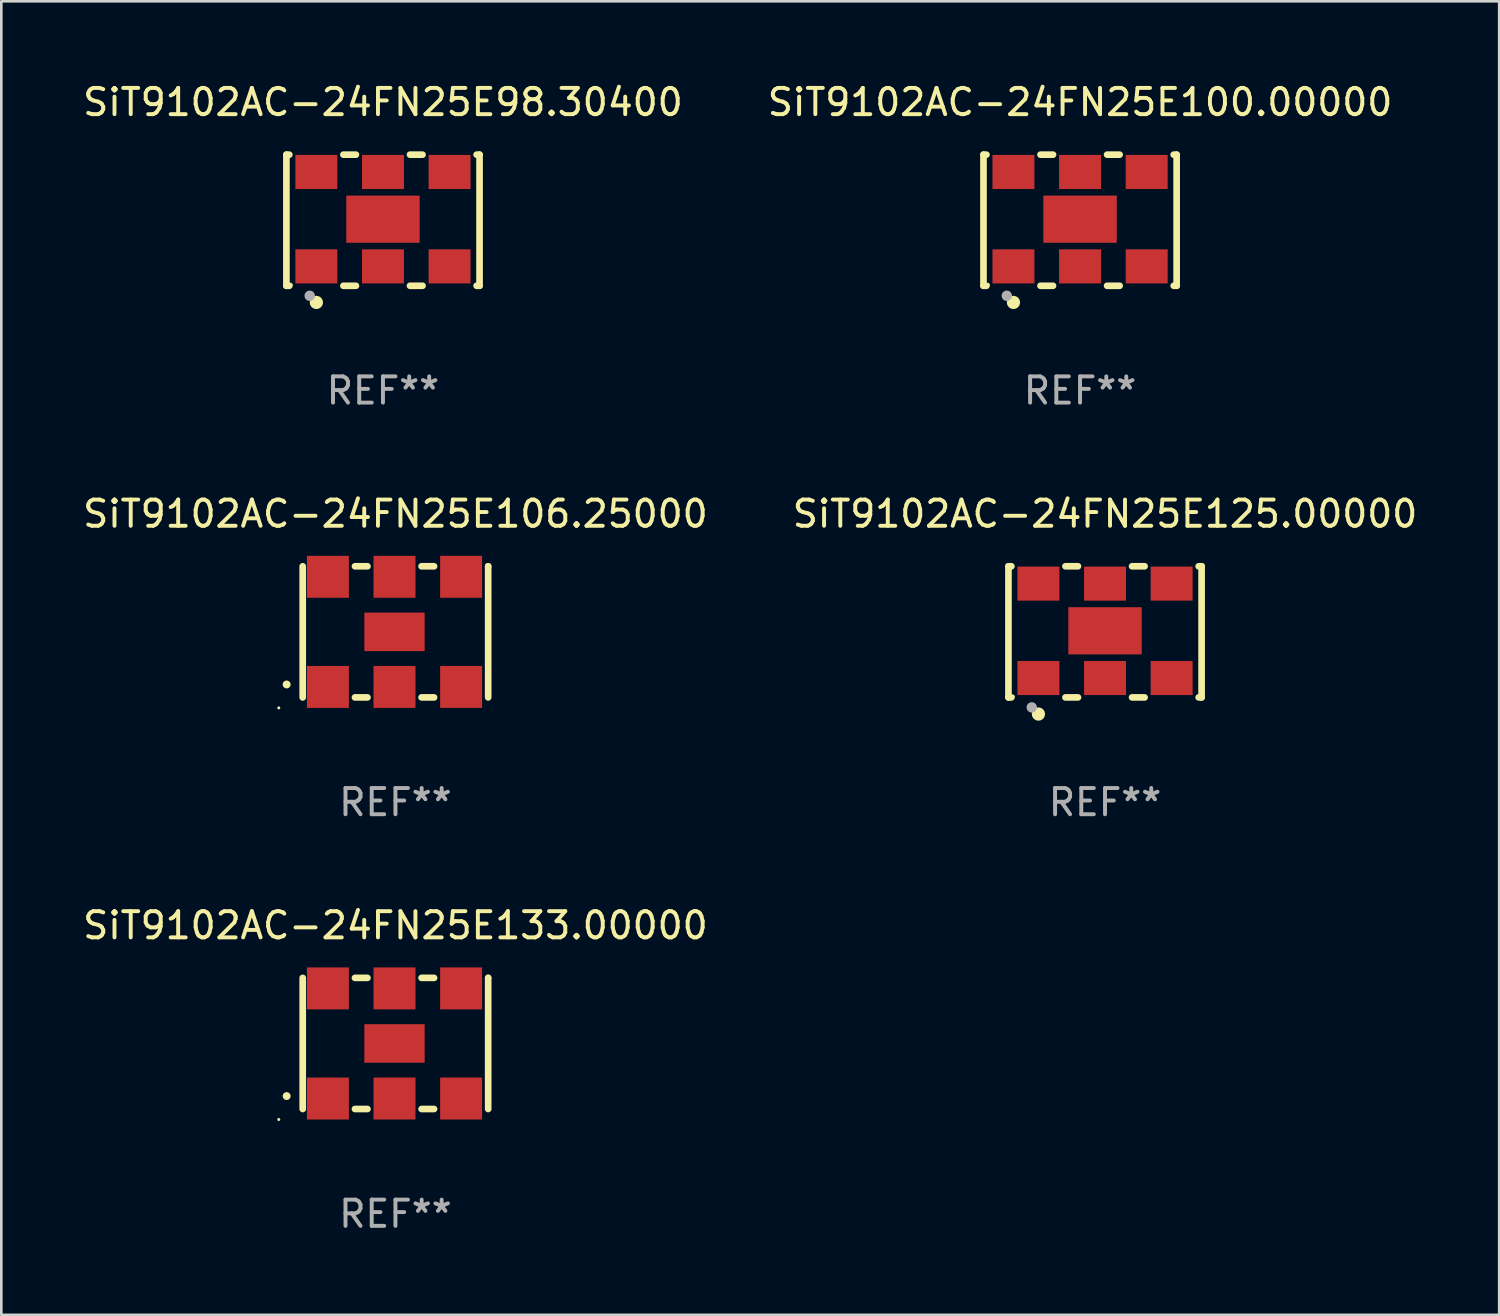
<source format=kicad_pcb>
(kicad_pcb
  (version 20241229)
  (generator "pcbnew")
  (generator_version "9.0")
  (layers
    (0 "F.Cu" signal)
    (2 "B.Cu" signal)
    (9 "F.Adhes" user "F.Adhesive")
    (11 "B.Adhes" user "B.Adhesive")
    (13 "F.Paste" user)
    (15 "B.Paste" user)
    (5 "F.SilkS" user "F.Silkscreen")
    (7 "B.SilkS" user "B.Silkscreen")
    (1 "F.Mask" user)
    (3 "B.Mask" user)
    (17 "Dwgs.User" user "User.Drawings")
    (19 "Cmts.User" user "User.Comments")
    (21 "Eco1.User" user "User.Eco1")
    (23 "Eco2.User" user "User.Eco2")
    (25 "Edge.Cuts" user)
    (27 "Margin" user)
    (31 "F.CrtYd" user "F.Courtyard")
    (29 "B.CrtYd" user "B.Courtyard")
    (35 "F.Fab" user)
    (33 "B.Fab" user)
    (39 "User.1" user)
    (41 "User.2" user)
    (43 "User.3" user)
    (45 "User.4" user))
  (footprint "SiT9102AC-24FN25E100.00000"
    (layer "F.Cu")
    (at 38.137 5.348)
    (property "Reference" "SiT9102AC-24FN25E100.00000" (at 0 -4.5 0) (layer "F.SilkS") (effects (font (size 1 1) (thickness 0.15))))
    (attr through_hole)
    (fp_line (start -3.683 -2.5) (end -3.571 -2.5) (stroke (width 0.254) (type solid)) (layer "F.SilkS"))
    (fp_line (start -3.683 2.5) (end -3.683 -2.5) (stroke (width 0.254) (type solid)) (layer "F.SilkS"))
    (fp_line (start -3.683 2.5) (end -3.571 2.5) (stroke (width 0.254) (type solid)) (layer "F.SilkS"))
    (fp_line (start -1.509 -2.5) (end -1.031 -2.5) (stroke (width 0.254) (type solid)) (layer "F.SilkS"))
    (fp_line (start -1.509 2.5) (end -1.031 2.5) (stroke (width 0.254) (type solid)) (layer "F.SilkS"))
    (fp_line (start 1.031 -2.5) (end 1.509 -2.5) (stroke (width 0.254) (type solid)) (layer "F.SilkS"))
    (fp_line (start 1.031 2.5) (end 1.509 2.5) (stroke (width 0.254) (type solid)) (layer "F.SilkS"))
    (fp_line (start 3.571 -2.5) (end 3.683 -2.5) (stroke (width 0.254) (type solid)) (layer "F.SilkS"))
    (fp_line (start 3.571 2.5) (end 3.683 2.5) (stroke (width 0.254) (type solid)) (layer "F.SilkS"))
    (fp_line (start 3.683 2.5) (end 3.683 -2.5) (stroke (width 0.254) (type solid)) (layer "F.SilkS"))
    (fp_circle (center -3.5 2.46) (end -3.47 2.46) (stroke (width 0.06) (type solid)) (fill no) (layer "F.SilkS"))
    (fp_circle (center -2.54 3.135) (end -2.413 3.135) (stroke (width 0.254) (type solid)) (fill no) (layer "F.SilkS"))
    (fp_circle (center -2.794 2.881) (end -2.694 2.881) (stroke (width 0.2) (type solid)) (fill no) (layer "F.Fab"))
    (fp_text user "REF**" (at 0 6.5 0) (layer "F.Fab") (effects (font (size 1 1) (thickness 0.15))))
    (pad "1" smd rect (at -2.54 1.76) (size 1.6 1.3) (layers "F.Cu" "F.Mask" "F.Paste"))
    (pad "2" smd rect (at 0 1.76) (size 1.6 1.3) (layers "F.Cu" "F.Mask" "F.Paste"))
    (pad "3" smd rect (at 2.54 1.76) (size 1.6 1.3) (layers "F.Cu" "F.Mask" "F.Paste"))
    (pad "4" smd rect (at 2.54 -1.84) (size 1.6 1.3) (layers "F.Cu" "F.Mask" "F.Paste"))
    (pad "5" smd rect (at 0 -1.84) (size 1.6 1.3) (layers "F.Cu" "F.Mask" "F.Paste"))
    (pad "6" smd rect (at -2.54 -1.84) (size 1.6 1.3) (layers "F.Cu" "F.Mask" "F.Paste"))
    (pad "7" smd rect (at 0 -0.04) (size 2.8 1.8) (layers "F.Cu" "F.Mask" "F.Paste")))
  (footprint "SiT9102AC-24FN25E125.00000"
    (layer "F.Cu")
    (at 39.089 21.045)
    (property "Reference" "SiT9102AC-24FN25E125.00000" (at 0 -4.5 0) (layer "F.SilkS") (effects (font (size 1 1) (thickness 0.15))))
    (attr through_hole)
    (fp_line (start -3.683 -2.5) (end -3.571 -2.5) (stroke (width 0.254) (type solid)) (layer "F.SilkS"))
    (fp_line (start -3.683 2.5) (end -3.683 -2.5) (stroke (width 0.254) (type solid)) (layer "F.SilkS"))
    (fp_line (start -3.683 2.5) (end -3.571 2.5) (stroke (width 0.254) (type solid)) (layer "F.SilkS"))
    (fp_line (start -1.509 -2.5) (end -1.031 -2.5) (stroke (width 0.254) (type solid)) (layer "F.SilkS"))
    (fp_line (start -1.509 2.5) (end -1.031 2.5) (stroke (width 0.254) (type solid)) (layer "F.SilkS"))
    (fp_line (start 1.031 -2.5) (end 1.509 -2.5) (stroke (width 0.254) (type solid)) (layer "F.SilkS"))
    (fp_line (start 1.031 2.5) (end 1.509 2.5) (stroke (width 0.254) (type solid)) (layer "F.SilkS"))
    (fp_line (start 3.571 -2.5) (end 3.683 -2.5) (stroke (width 0.254) (type solid)) (layer "F.SilkS"))
    (fp_line (start 3.571 2.5) (end 3.683 2.5) (stroke (width 0.254) (type solid)) (layer "F.SilkS"))
    (fp_line (start 3.683 2.5) (end 3.683 -2.5) (stroke (width 0.254) (type solid)) (layer "F.SilkS"))
    (fp_circle (center -3.5 2.46) (end -3.47 2.46) (stroke (width 0.06) (type solid)) (fill no) (layer "F.SilkS"))
    (fp_circle (center -2.54 3.135) (end -2.413 3.135) (stroke (width 0.254) (type solid)) (fill no) (layer "F.SilkS"))
    (fp_circle (center -2.794 2.881) (end -2.694 2.881) (stroke (width 0.2) (type solid)) (fill no) (layer "F.Fab"))
    (fp_text user "REF**" (at 0 6.5 0) (layer "F.Fab") (effects (font (size 1 1) (thickness 0.15))))
    (pad "1" smd rect (at -2.54 1.76) (size 1.6 1.3) (layers "F.Cu" "F.Mask" "F.Paste"))
    (pad "2" smd rect (at 0 1.76) (size 1.6 1.3) (layers "F.Cu" "F.Mask" "F.Paste"))
    (pad "3" smd rect (at 2.54 1.76) (size 1.6 1.3) (layers "F.Cu" "F.Mask" "F.Paste"))
    (pad "4" smd rect (at 2.54 -1.84) (size 1.6 1.3) (layers "F.Cu" "F.Mask" "F.Paste"))
    (pad "5" smd rect (at 0 -1.84) (size 1.6 1.3) (layers "F.Cu" "F.Mask" "F.Paste"))
    (pad "6" smd rect (at -2.54 -1.84) (size 1.6 1.3) (layers "F.Cu" "F.Mask" "F.Paste"))
    (pad "7" smd rect (at 0 -0.04) (size 2.8 1.8) (layers "F.Cu" "F.Mask" "F.Paste")))
  (footprint "SiT9102AC-24FN25E106.25000"
    (layer "F.Cu")
    (at 12.03 21.045)
    (property "Reference" "SiT9102AC-24FN25E106.25000" (at 0 -4.5 0) (layer "F.SilkS") (effects (font (size 1 1) (thickness 0.15))))
    (attr through_hole)
    (fp_line (start -3.536 -2.5) (end -3.536 2.5) (stroke (width 0.254) (type solid)) (layer "F.SilkS"))
    (fp_line (start -1.544 2.5) (end -1.067 2.5) (stroke (width 0.254) (type solid)) (layer "F.SilkS"))
    (fp_line (start -1.067 -2.5) (end -1.544 -2.5) (stroke (width 0.254) (type solid)) (layer "F.SilkS"))
    (fp_line (start 0.996 2.5) (end 1.473 2.5) (stroke (width 0.254) (type solid)) (layer "F.SilkS"))
    (fp_line (start 1.473 -2.5) (end 0.996 -2.5) (stroke (width 0.254) (type solid)) (layer "F.SilkS"))
    (fp_line (start 3.536 -2.5) (end 3.536 -2.5) (stroke (width 0.254) (type solid)) (layer "F.SilkS"))
    (fp_line (start 3.536 2.5) (end 3.536 -2.5) (stroke (width 0.254) (type solid)) (layer "F.SilkS"))
    (fp_arc (start -4.150432 2.006604) (mid -4.149162 2.006599) (end -4.147892 2.006604) (stroke (width 0.3) (type solid)) (layer "F.SilkS"))
    (fp_circle (center -4.449 2.9) (end -4.419 2.9) (stroke (width 0.06) (type solid)) (fill no) (layer "F.SilkS"))
    (fp_text user "REF**" (at 0 6.5 0) (layer "F.Fab") (effects (font (size 1 1) (thickness 0.15))))
    (pad "1" smd rect (at -2.576 2.1) (size 1.6 1.6) (layers "F.Cu" "F.Mask" "F.Paste"))
    (pad "2" smd rect (at -0.036 2.1) (size 1.6 1.6) (layers "F.Cu" "F.Mask" "F.Paste"))
    (pad "3" smd rect (at 2.504 2.1) (size 1.6 1.6) (layers "F.Cu" "F.Mask" "F.Paste"))
    (pad "4" smd rect (at 2.504 -2.1) (size 1.6 1.6) (layers "F.Cu" "F.Mask" "F.Paste"))
    (pad "5" smd rect (at -0.036 -2.1) (size 1.6 1.6) (layers "F.Cu" "F.Mask" "F.Paste"))
    (pad "6" smd rect (at -2.576 -2.1) (size 1.6 1.6) (layers "F.Cu" "F.Mask" "F.Paste"))
    (pad "7" smd rect (at -0.036 0) (size 2.3 1.47) (layers "F.Cu" "F.Mask" "F.Paste")))
  (footprint "SiT9102AC-24FN25E133.00000"
    (layer "F.Cu")
    (at 12.03 36.741)
    (property "Reference" "SiT9102AC-24FN25E133.00000" (at 0 -4.5 0) (layer "F.SilkS") (effects (font (size 1 1) (thickness 0.15))))
    (attr through_hole)
    (fp_line (start -3.536 -2.5) (end -3.536 2.5) (stroke (width 0.254) (type solid)) (layer "F.SilkS"))
    (fp_line (start -1.544 2.5) (end -1.067 2.5) (stroke (width 0.254) (type solid)) (layer "F.SilkS"))
    (fp_line (start -1.067 -2.5) (end -1.544 -2.5) (stroke (width 0.254) (type solid)) (layer "F.SilkS"))
    (fp_line (start 0.996 2.5) (end 1.473 2.5) (stroke (width 0.254) (type solid)) (layer "F.SilkS"))
    (fp_line (start 1.473 -2.5) (end 0.996 -2.5) (stroke (width 0.254) (type solid)) (layer "F.SilkS"))
    (fp_line (start 3.536 -2.5) (end 3.536 -2.5) (stroke (width 0.254) (type solid)) (layer "F.SilkS"))
    (fp_line (start 3.536 2.5) (end 3.536 -2.5) (stroke (width 0.254) (type solid)) (layer "F.SilkS"))
    (fp_arc (start -4.150432 2.006604) (mid -4.149162 2.006599) (end -4.147892 2.006604) (stroke (width 0.3) (type solid)) (layer "F.SilkS"))
    (fp_circle (center -4.449 2.9) (end -4.419 2.9) (stroke (width 0.06) (type solid)) (fill no) (layer "F.SilkS"))
    (fp_text user "REF**" (at 0 6.5 0) (layer "F.Fab") (effects (font (size 1 1) (thickness 0.15))))
    (pad "1" smd rect (at -2.576 2.1) (size 1.6 1.6) (layers "F.Cu" "F.Mask" "F.Paste"))
    (pad "2" smd rect (at -0.036 2.1) (size 1.6 1.6) (layers "F.Cu" "F.Mask" "F.Paste"))
    (pad "3" smd rect (at 2.504 2.1) (size 1.6 1.6) (layers "F.Cu" "F.Mask" "F.Paste"))
    (pad "4" smd rect (at 2.504 -2.1) (size 1.6 1.6) (layers "F.Cu" "F.Mask" "F.Paste"))
    (pad "5" smd rect (at -0.036 -2.1) (size 1.6 1.6) (layers "F.Cu" "F.Mask" "F.Paste"))
    (pad "6" smd rect (at -2.576 -2.1) (size 1.6 1.6) (layers "F.Cu" "F.Mask" "F.Paste"))
    (pad "7" smd rect (at -0.036 0) (size 2.3 1.47) (layers "F.Cu" "F.Mask" "F.Paste")))
  (footprint "SiT9102AC-24FN25E98.30400"
    (layer "F.Cu")
    (at 11.554 5.348)
    (property "Reference" "SiT9102AC-24FN25E98.30400" (at 0 -4.5 0) (layer "F.SilkS") (effects (font (size 1 1) (thickness 0.15))))
    (attr through_hole)
    (fp_line (start -3.683 -2.5) (end -3.571 -2.5) (stroke (width 0.254) (type solid)) (layer "F.SilkS"))
    (fp_line (start -3.683 2.5) (end -3.683 -2.5) (stroke (width 0.254) (type solid)) (layer "F.SilkS"))
    (fp_line (start -3.683 2.5) (end -3.571 2.5) (stroke (width 0.254) (type solid)) (layer "F.SilkS"))
    (fp_line (start -1.509 -2.5) (end -1.031 -2.5) (stroke (width 0.254) (type solid)) (layer "F.SilkS"))
    (fp_line (start -1.509 2.5) (end -1.031 2.5) (stroke (width 0.254) (type solid)) (layer "F.SilkS"))
    (fp_line (start 1.031 -2.5) (end 1.509 -2.5) (stroke (width 0.254) (type solid)) (layer "F.SilkS"))
    (fp_line (start 1.031 2.5) (end 1.509 2.5) (stroke (width 0.254) (type solid)) (layer "F.SilkS"))
    (fp_line (start 3.571 -2.5) (end 3.683 -2.5) (stroke (width 0.254) (type solid)) (layer "F.SilkS"))
    (fp_line (start 3.571 2.5) (end 3.683 2.5) (stroke (width 0.254) (type solid)) (layer "F.SilkS"))
    (fp_line (start 3.683 2.5) (end 3.683 -2.5) (stroke (width 0.254) (type solid)) (layer "F.SilkS"))
    (fp_circle (center -3.5 2.46) (end -3.47 2.46) (stroke (width 0.06) (type solid)) (fill no) (layer "F.SilkS"))
    (fp_circle (center -2.54 3.135) (end -2.413 3.135) (stroke (width 0.254) (type solid)) (fill no) (layer "F.SilkS"))
    (fp_circle (center -2.794 2.881) (end -2.694 2.881) (stroke (width 0.2) (type solid)) (fill no) (layer "F.Fab"))
    (fp_text user "REF**" (at 0 6.5 0) (layer "F.Fab") (effects (font (size 1 1) (thickness 0.15))))
    (pad "1" smd rect (at -2.54 1.76) (size 1.6 1.3) (layers "F.Cu" "F.Mask" "F.Paste"))
    (pad "2" smd rect (at 0 1.76) (size 1.6 1.3) (layers "F.Cu" "F.Mask" "F.Paste"))
    (pad "3" smd rect (at 2.54 1.76) (size 1.6 1.3) (layers "F.Cu" "F.Mask" "F.Paste"))
    (pad "4" smd rect (at 2.54 -1.84) (size 1.6 1.3) (layers "F.Cu" "F.Mask" "F.Paste"))
    (pad "5" smd rect (at 0 -1.84) (size 1.6 1.3) (layers "F.Cu" "F.Mask" "F.Paste"))
    (pad "6" smd rect (at -2.54 -1.84) (size 1.6 1.3) (layers "F.Cu" "F.Mask" "F.Paste"))
    (pad "7" smd rect (at 0 -0.04) (size 2.8 1.8) (layers "F.Cu" "F.Mask" "F.Paste")))
  (gr_rect
    (start -3 -3)
    (end 54.119 47.09)
    (stroke (width 0.1) (type default))
    (fill no)
    (layer "Edge.Cuts")))
</source>
